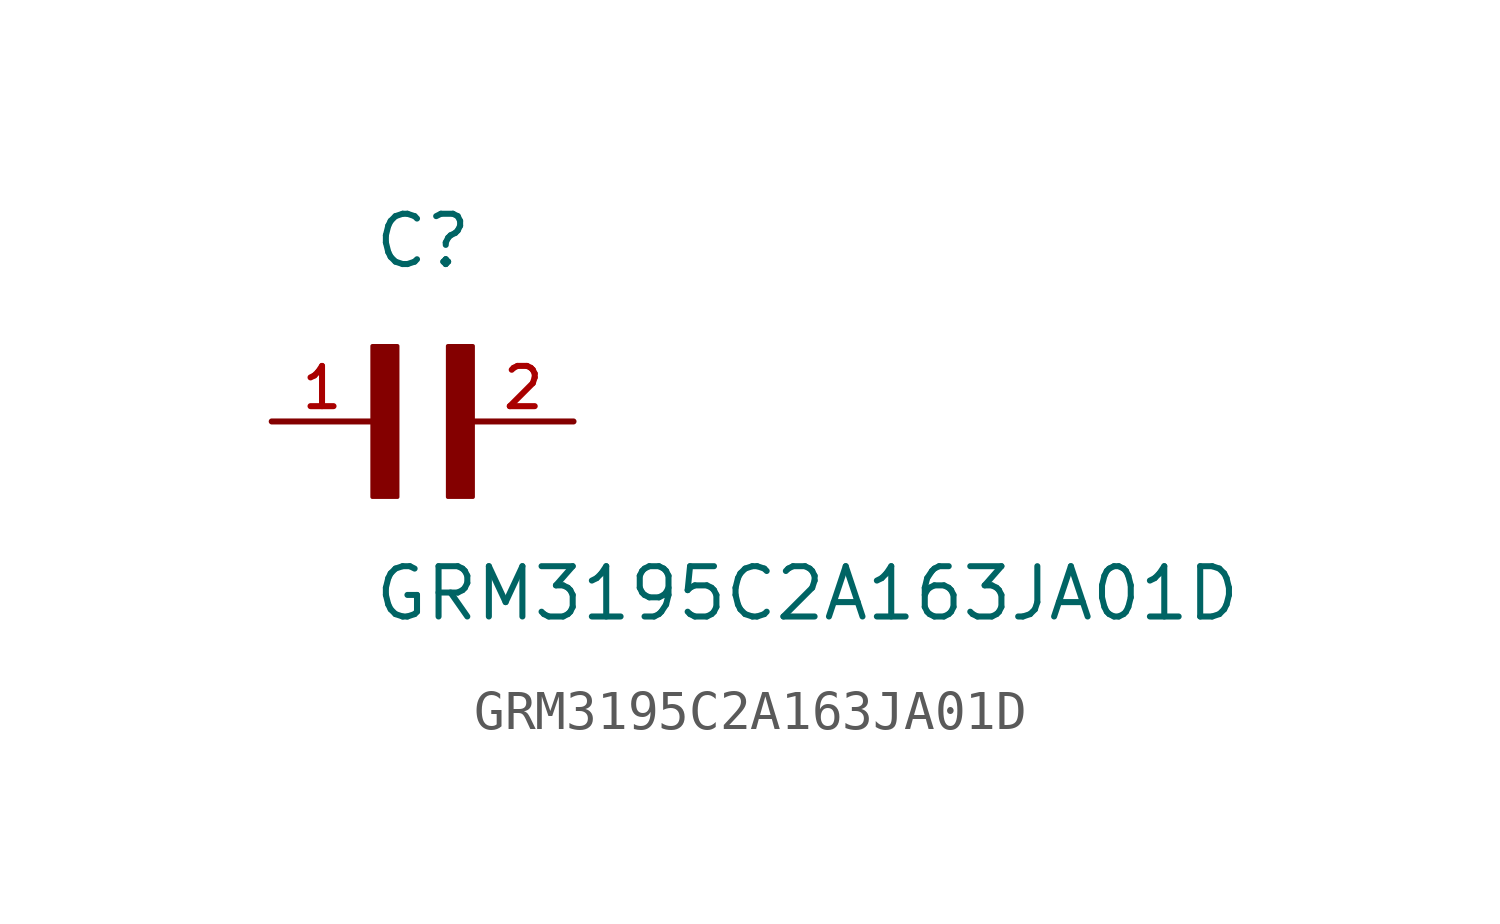
<source format=kicad_sym>
(kicad_symbol_lib
  (version 20211014)
  (generator kicad_symbol_editor)
  (symbol "GRM3195C2A163JA01D"
    (pin_names
      (offset 1.016))
    (property "Reference" "C"
      (at 0.0 3.811 0)
      (effects (font (size 1.27 1.27)) (justify bottom left)))
    (property "Value" "GRM3195C2A163JA01D"
      (at 0.0 -5.088 0)
      (effects (font (size 1.27 1.27)) (justify bottom left)))
    (symbol "GRM3195C2A163JA01D_0_0"
      (rectangle (start 0.0 -1.907) (end 0.635 1.905) (stroke (width 0.1)) (fill (type outline)))
      (rectangle (start 1.907 -1.907) (end 2.54 1.905) (stroke (width 0.1)) (fill (type outline)))
      (pin passive line (at 5.08 0.0 180.0) (length 2.54) (name "~" (effects (font (size 1.016 1.016)))) (number "2" (effects (font (size 1.016 1.016)))))
      (pin passive line (at -2.54 0.0 0) (length 2.54) (name "~" (effects (font (size 1.016 1.016)))) (number "1" (effects (font (size 1.016 1.016))))))))
</source>
